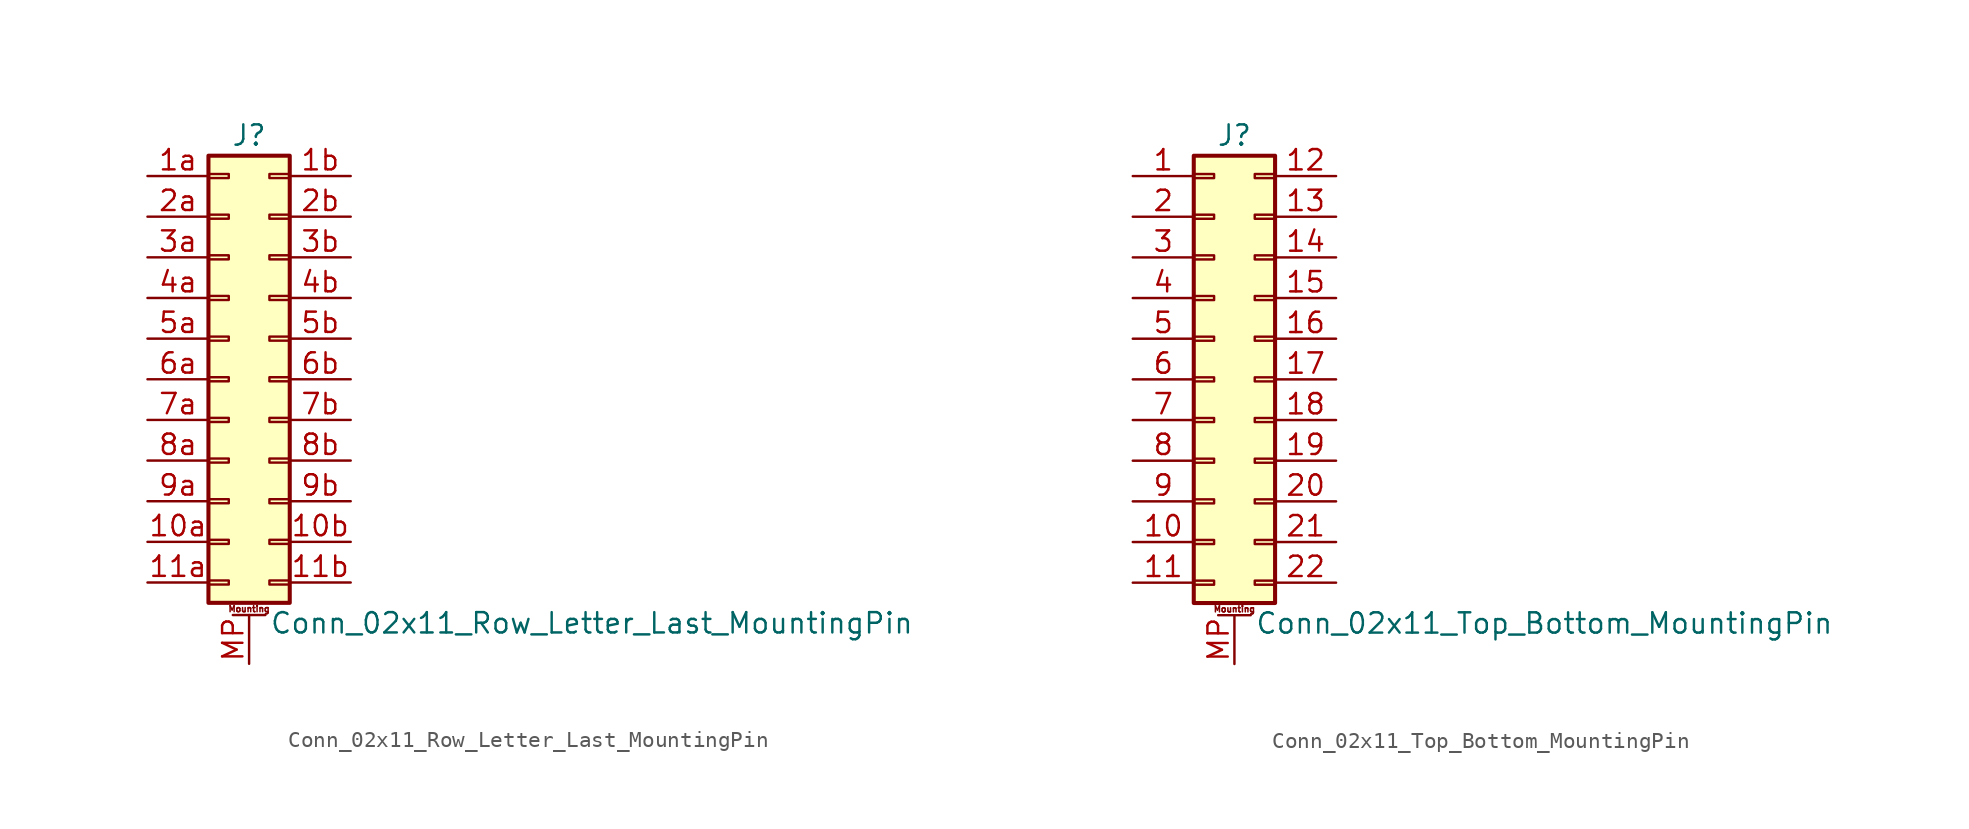
<source format=kicad_sym>
(kicad_symbol_lib
  (version 20220914)
  (generator kicad_symbol_editor)
  (symbol "Conn_02x11_Row_Letter_Last_MountingPin"
    (pin_names
      (offset 1.016) hide)
    (property "Reference" "J"
      (at 1.27 15.24 0)
      (effects (font (size 1.27 1.27))))
    (property "Value" "Conn_02x11_Row_Letter_Last_MountingPin"
      (at 2.54 -15.24 0)
      (effects (font (size 1.27 1.27)) (justify left)))
    (symbol "Conn_02x11_Row_Letter_Last_MountingPin_1_1"
      (rectangle (start -1.27 -12.573) (end 0 -12.827) (stroke (width 0.152) (type default)) (fill (type none)))
      (rectangle (start -1.27 -10.033) (end 0 -10.287) (stroke (width 0.152) (type default)) (fill (type none)))
      (rectangle (start -1.27 -7.493) (end 0 -7.747) (stroke (width 0.152) (type default)) (fill (type none)))
      (rectangle (start -1.27 -4.953) (end 0 -5.207) (stroke (width 0.152) (type default)) (fill (type none)))
      (rectangle (start -1.27 -2.413) (end 0 -2.667) (stroke (width 0.152) (type default)) (fill (type none)))
      (rectangle (start -1.27 0.127) (end 0 -0.127) (stroke (width 0.152) (type default)) (fill (type none)))
      (rectangle (start -1.27 2.667) (end 0 2.413) (stroke (width 0.152) (type default)) (fill (type none)))
      (rectangle (start -1.27 5.207) (end 0 4.953) (stroke (width 0.152) (type default)) (fill (type none)))
      (rectangle (start -1.27 7.747) (end 0 7.493) (stroke (width 0.152) (type default)) (fill (type none)))
      (rectangle (start -1.27 10.287) (end 0 10.033) (stroke (width 0.152) (type default)) (fill (type none)))
      (rectangle (start -1.27 12.827) (end 0 12.573) (stroke (width 0.152) (type default)) (fill (type none)))
      (rectangle (start -1.27 13.97) (end 3.81 -13.97) (stroke (width 0.254) (type default)) (fill (type background)))
      (polyline (pts (xy 0.254 -14.732) (xy 2.286 -14.732)) (stroke (width 0.152) (type default)) (fill (type none)))
      (rectangle (start 3.81 -12.573) (end 2.54 -12.827) (stroke (width 0.152) (type default)) (fill (type none)))
      (rectangle (start 3.81 -10.033) (end 2.54 -10.287) (stroke (width 0.152) (type default)) (fill (type none)))
      (rectangle (start 3.81 -7.493) (end 2.54 -7.747) (stroke (width 0.152) (type default)) (fill (type none)))
      (rectangle (start 3.81 -4.953) (end 2.54 -5.207) (stroke (width 0.152) (type default)) (fill (type none)))
      (rectangle (start 3.81 -2.413) (end 2.54 -2.667) (stroke (width 0.152) (type default)) (fill (type none)))
      (rectangle (start 3.81 0.127) (end 2.54 -0.127) (stroke (width 0.152) (type default)) (fill (type none)))
      (rectangle (start 3.81 2.667) (end 2.54 2.413) (stroke (width 0.152) (type default)) (fill (type none)))
      (rectangle (start 3.81 5.207) (end 2.54 4.953) (stroke (width 0.152) (type default)) (fill (type none)))
      (rectangle (start 3.81 7.747) (end 2.54 7.493) (stroke (width 0.152) (type default)) (fill (type none)))
      (rectangle (start 3.81 10.287) (end 2.54 10.033) (stroke (width 0.152) (type default)) (fill (type none)))
      (rectangle (start 3.81 12.827) (end 2.54 12.573) (stroke (width 0.152) (type default)) (fill (type none)))
      (text "Mounting" (at 1.27 -14.351 0) (effects (font (size 0.381 0.381))))
      (pin passive line (at -5.08 -10.16 0) (length 3.81) (name "Pin_10a" (effects (font (size 1.27 1.27)))) (number "10a" (effects (font (size 1.27 1.27)))))
      (pin passive line (at 7.62 -10.16 180) (length 3.81) (name "Pin_10b" (effects (font (size 1.27 1.27)))) (number "10b" (effects (font (size 1.27 1.27)))))
      (pin passive line (at -5.08 -12.7 0) (length 3.81) (name "Pin_11a" (effects (font (size 1.27 1.27)))) (number "11a" (effects (font (size 1.27 1.27)))))
      (pin passive line (at 7.62 -12.7 180) (length 3.81) (name "Pin_11b" (effects (font (size 1.27 1.27)))) (number "11b" (effects (font (size 1.27 1.27)))))
      (pin passive line (at -5.08 12.7 0) (length 3.81) (name "Pin_1a" (effects (font (size 1.27 1.27)))) (number "1a" (effects (font (size 1.27 1.27)))))
      (pin passive line (at 7.62 12.7 180) (length 3.81) (name "Pin_1b" (effects (font (size 1.27 1.27)))) (number "1b" (effects (font (size 1.27 1.27)))))
      (pin passive line (at -5.08 10.16 0) (length 3.81) (name "Pin_2a" (effects (font (size 1.27 1.27)))) (number "2a" (effects (font (size 1.27 1.27)))))
      (pin passive line (at 7.62 10.16 180) (length 3.81) (name "Pin_2b" (effects (font (size 1.27 1.27)))) (number "2b" (effects (font (size 1.27 1.27)))))
      (pin passive line (at -5.08 7.62 0) (length 3.81) (name "Pin_3a" (effects (font (size 1.27 1.27)))) (number "3a" (effects (font (size 1.27 1.27)))))
      (pin passive line (at 7.62 7.62 180) (length 3.81) (name "Pin_3b" (effects (font (size 1.27 1.27)))) (number "3b" (effects (font (size 1.27 1.27)))))
      (pin passive line (at -5.08 5.08 0) (length 3.81) (name "Pin_4a" (effects (font (size 1.27 1.27)))) (number "4a" (effects (font (size 1.27 1.27)))))
      (pin passive line (at 7.62 5.08 180) (length 3.81) (name "Pin_4b" (effects (font (size 1.27 1.27)))) (number "4b" (effects (font (size 1.27 1.27)))))
      (pin passive line (at -5.08 2.54 0) (length 3.81) (name "Pin_5a" (effects (font (size 1.27 1.27)))) (number "5a" (effects (font (size 1.27 1.27)))))
      (pin passive line (at 7.62 2.54 180) (length 3.81) (name "Pin_5b" (effects (font (size 1.27 1.27)))) (number "5b" (effects (font (size 1.27 1.27)))))
      (pin passive line (at -5.08 0 0) (length 3.81) (name "Pin_6a" (effects (font (size 1.27 1.27)))) (number "6a" (effects (font (size 1.27 1.27)))))
      (pin passive line (at 7.62 0 180) (length 3.81) (name "Pin_6b" (effects (font (size 1.27 1.27)))) (number "6b" (effects (font (size 1.27 1.27)))))
      (pin passive line (at -5.08 -2.54 0) (length 3.81) (name "Pin_7a" (effects (font (size 1.27 1.27)))) (number "7a" (effects (font (size 1.27 1.27)))))
      (pin passive line (at 7.62 -2.54 180) (length 3.81) (name "Pin_7b" (effects (font (size 1.27 1.27)))) (number "7b" (effects (font (size 1.27 1.27)))))
      (pin passive line (at -5.08 -5.08 0) (length 3.81) (name "Pin_8a" (effects (font (size 1.27 1.27)))) (number "8a" (effects (font (size 1.27 1.27)))))
      (pin passive line (at 7.62 -5.08 180) (length 3.81) (name "Pin_8b" (effects (font (size 1.27 1.27)))) (number "8b" (effects (font (size 1.27 1.27)))))
      (pin passive line (at -5.08 -7.62 0) (length 3.81) (name "Pin_9a" (effects (font (size 1.27 1.27)))) (number "9a" (effects (font (size 1.27 1.27)))))
      (pin passive line (at 7.62 -7.62 180) (length 3.81) (name "Pin_9b" (effects (font (size 1.27 1.27)))) (number "9b" (effects (font (size 1.27 1.27)))))
      (pin passive line (at 1.27 -17.78 90) (length 3.048) (name "MountPin" (effects (font (size 1.27 1.27)))) (number "MP" (effects (font (size 1.27 1.27)))))))
  (symbol "Conn_02x11_Top_Bottom_MountingPin"
    (pin_names
      (offset 1.016) hide)
    (property "Reference" "J"
      (at 1.27 15.24 0)
      (effects (font (size 1.27 1.27))))
    (property "Value" "Conn_02x11_Top_Bottom_MountingPin"
      (at 2.54 -15.24 0)
      (effects (font (size 1.27 1.27)) (justify left)))
    (symbol "Conn_02x11_Top_Bottom_MountingPin_1_1"
      (rectangle (start -1.27 -12.573) (end 0 -12.827) (stroke (width 0.152) (type default)) (fill (type none)))
      (rectangle (start -1.27 -10.033) (end 0 -10.287) (stroke (width 0.152) (type default)) (fill (type none)))
      (rectangle (start -1.27 -7.493) (end 0 -7.747) (stroke (width 0.152) (type default)) (fill (type none)))
      (rectangle (start -1.27 -4.953) (end 0 -5.207) (stroke (width 0.152) (type default)) (fill (type none)))
      (rectangle (start -1.27 -2.413) (end 0 -2.667) (stroke (width 0.152) (type default)) (fill (type none)))
      (rectangle (start -1.27 0.127) (end 0 -0.127) (stroke (width 0.152) (type default)) (fill (type none)))
      (rectangle (start -1.27 2.667) (end 0 2.413) (stroke (width 0.152) (type default)) (fill (type none)))
      (rectangle (start -1.27 5.207) (end 0 4.953) (stroke (width 0.152) (type default)) (fill (type none)))
      (rectangle (start -1.27 7.747) (end 0 7.493) (stroke (width 0.152) (type default)) (fill (type none)))
      (rectangle (start -1.27 10.287) (end 0 10.033) (stroke (width 0.152) (type default)) (fill (type none)))
      (rectangle (start -1.27 12.827) (end 0 12.573) (stroke (width 0.152) (type default)) (fill (type none)))
      (rectangle (start -1.27 13.97) (end 3.81 -13.97) (stroke (width 0.254) (type default)) (fill (type background)))
      (polyline (pts (xy 0.254 -14.732) (xy 2.286 -14.732)) (stroke (width 0.152) (type default)) (fill (type none)))
      (rectangle (start 3.81 -12.573) (end 2.54 -12.827) (stroke (width 0.152) (type default)) (fill (type none)))
      (rectangle (start 3.81 -10.033) (end 2.54 -10.287) (stroke (width 0.152) (type default)) (fill (type none)))
      (rectangle (start 3.81 -7.493) (end 2.54 -7.747) (stroke (width 0.152) (type default)) (fill (type none)))
      (rectangle (start 3.81 -4.953) (end 2.54 -5.207) (stroke (width 0.152) (type default)) (fill (type none)))
      (rectangle (start 3.81 -2.413) (end 2.54 -2.667) (stroke (width 0.152) (type default)) (fill (type none)))
      (rectangle (start 3.81 0.127) (end 2.54 -0.127) (stroke (width 0.152) (type default)) (fill (type none)))
      (rectangle (start 3.81 2.667) (end 2.54 2.413) (stroke (width 0.152) (type default)) (fill (type none)))
      (rectangle (start 3.81 5.207) (end 2.54 4.953) (stroke (width 0.152) (type default)) (fill (type none)))
      (rectangle (start 3.81 7.747) (end 2.54 7.493) (stroke (width 0.152) (type default)) (fill (type none)))
      (rectangle (start 3.81 10.287) (end 2.54 10.033) (stroke (width 0.152) (type default)) (fill (type none)))
      (rectangle (start 3.81 12.827) (end 2.54 12.573) (stroke (width 0.152) (type default)) (fill (type none)))
      (text "Mounting" (at 1.27 -14.351 0) (effects (font (size 0.381 0.381))))
      (pin passive line (at -5.08 12.7 0) (length 3.81) (name "Pin_1" (effects (font (size 1.27 1.27)))) (number "1" (effects (font (size 1.27 1.27)))))
      (pin passive line (at -5.08 -10.16 0) (length 3.81) (name "Pin_10" (effects (font (size 1.27 1.27)))) (number "10" (effects (font (size 1.27 1.27)))))
      (pin passive line (at -5.08 -12.7 0) (length 3.81) (name "Pin_11" (effects (font (size 1.27 1.27)))) (number "11" (effects (font (size 1.27 1.27)))))
      (pin passive line (at 7.62 12.7 180) (length 3.81) (name "Pin_12" (effects (font (size 1.27 1.27)))) (number "12" (effects (font (size 1.27 1.27)))))
      (pin passive line (at 7.62 10.16 180) (length 3.81) (name "Pin_13" (effects (font (size 1.27 1.27)))) (number "13" (effects (font (size 1.27 1.27)))))
      (pin passive line (at 7.62 7.62 180) (length 3.81) (name "Pin_14" (effects (font (size 1.27 1.27)))) (number "14" (effects (font (size 1.27 1.27)))))
      (pin passive line (at 7.62 5.08 180) (length 3.81) (name "Pin_15" (effects (font (size 1.27 1.27)))) (number "15" (effects (font (size 1.27 1.27)))))
      (pin passive line (at 7.62 2.54 180) (length 3.81) (name "Pin_16" (effects (font (size 1.27 1.27)))) (number "16" (effects (font (size 1.27 1.27)))))
      (pin passive line (at 7.62 0 180) (length 3.81) (name "Pin_17" (effects (font (size 1.27 1.27)))) (number "17" (effects (font (size 1.27 1.27)))))
      (pin passive line (at 7.62 -2.54 180) (length 3.81) (name "Pin_18" (effects (font (size 1.27 1.27)))) (number "18" (effects (font (size 1.27 1.27)))))
      (pin passive line (at 7.62 -5.08 180) (length 3.81) (name "Pin_19" (effects (font (size 1.27 1.27)))) (number "19" (effects (font (size 1.27 1.27)))))
      (pin passive line (at -5.08 10.16 0) (length 3.81) (name "Pin_2" (effects (font (size 1.27 1.27)))) (number "2" (effects (font (size 1.27 1.27)))))
      (pin passive line (at 7.62 -7.62 180) (length 3.81) (name "Pin_20" (effects (font (size 1.27 1.27)))) (number "20" (effects (font (size 1.27 1.27)))))
      (pin passive line (at 7.62 -10.16 180) (length 3.81) (name "Pin_21" (effects (font (size 1.27 1.27)))) (number "21" (effects (font (size 1.27 1.27)))))
      (pin passive line (at 7.62 -12.7 180) (length 3.81) (name "Pin_22" (effects (font (size 1.27 1.27)))) (number "22" (effects (font (size 1.27 1.27)))))
      (pin passive line (at -5.08 7.62 0) (length 3.81) (name "Pin_3" (effects (font (size 1.27 1.27)))) (number "3" (effects (font (size 1.27 1.27)))))
      (pin passive line (at -5.08 5.08 0) (length 3.81) (name "Pin_4" (effects (font (size 1.27 1.27)))) (number "4" (effects (font (size 1.27 1.27)))))
      (pin passive line (at -5.08 2.54 0) (length 3.81) (name "Pin_5" (effects (font (size 1.27 1.27)))) (number "5" (effects (font (size 1.27 1.27)))))
      (pin passive line (at -5.08 0 0) (length 3.81) (name "Pin_6" (effects (font (size 1.27 1.27)))) (number "6" (effects (font (size 1.27 1.27)))))
      (pin passive line (at -5.08 -2.54 0) (length 3.81) (name "Pin_7" (effects (font (size 1.27 1.27)))) (number "7" (effects (font (size 1.27 1.27)))))
      (pin passive line (at -5.08 -5.08 0) (length 3.81) (name "Pin_8" (effects (font (size 1.27 1.27)))) (number "8" (effects (font (size 1.27 1.27)))))
      (pin passive line (at -5.08 -7.62 0) (length 3.81) (name "Pin_9" (effects (font (size 1.27 1.27)))) (number "9" (effects (font (size 1.27 1.27)))))
      (pin passive line (at 1.27 -17.78 90) (length 3.048) (name "MountPin" (effects (font (size 1.27 1.27)))) (number "MP" (effects (font (size 1.27 1.27))))))))
</source>
